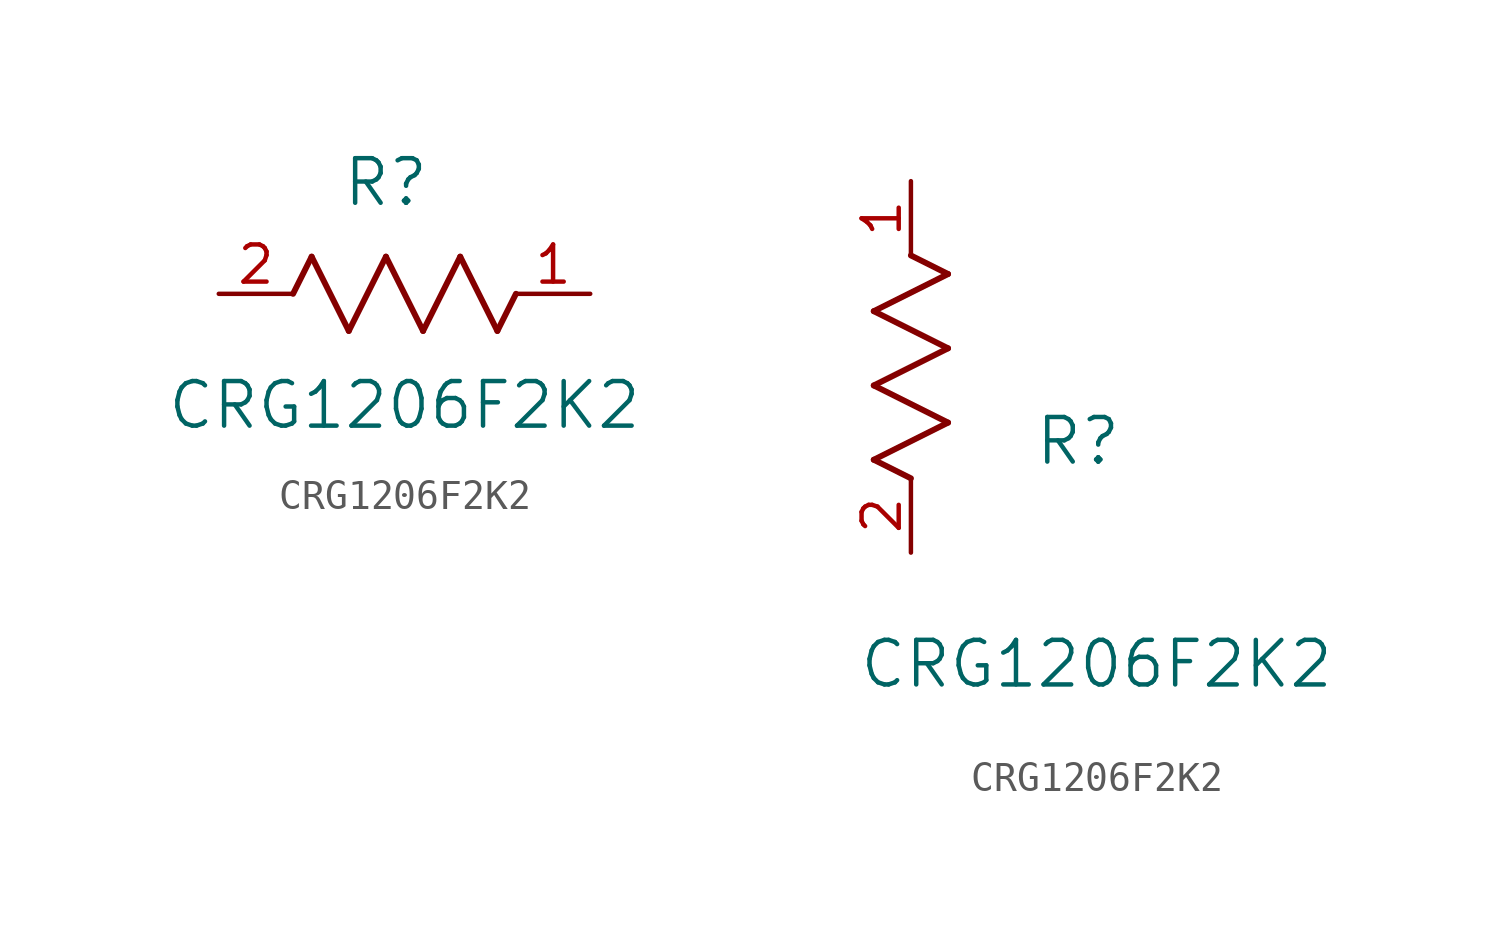
<source format=kicad_sym>
(kicad_symbol_lib
  (version 20211014)
  (generator kicad_symbol_editor)
  (symbol "CRG1206F2K2"
    (pin_names
      (offset 0.254))
    (property "Reference" "R"
      (at 5.715 3.81 0)
      (effects (font (size 1.524 1.524))))
    (property "Value" "CRG1206F2K2"
      (at 6.35 -3.81 0)
      (effects (font (size 1.524 1.524))))
    (symbol "CRG1206F2K2_1_1"
      (polyline (pts (xy 3.175 1.27) (xy 4.445 -1.27)) (stroke (width 0.203) (type default) (color 0 0 0 0)) (fill (type none)))
      (polyline (pts (xy 4.445 -1.27) (xy 5.715 1.27)) (stroke (width 0.203) (type default) (color 0 0 0 0)) (fill (type none)))
      (polyline (pts (xy 5.715 1.27) (xy 6.985 -1.27)) (stroke (width 0.203) (type default) (color 0 0 0 0)) (fill (type none)))
      (polyline (pts (xy 6.985 -1.27) (xy 8.255 1.27)) (stroke (width 0.203) (type default) (color 0 0 0 0)) (fill (type none)))
      (polyline (pts (xy 8.255 1.27) (xy 9.525 -1.27)) (stroke (width 0.203) (type default) (color 0 0 0 0)) (fill (type none)))
      (polyline (pts (xy 2.54 0) (xy 3.175 1.27)) (stroke (width 0.203) (type default) (color 0 0 0 0)) (fill (type none)))
      (polyline (pts (xy 9.525 -1.27) (xy 10.16 0)) (stroke (width 0.203) (type default) (color 0 0 0 0)) (fill (type none)))
      (pin unspecified line (at 0 0 0) (length 2.54) (name "" (effects (font (size 1.27 1.27)))) (number "2" (effects (font (size 1.27 1.27)))))
      (pin unspecified line (at 12.7 0 180) (length 2.54) (name "" (effects (font (size 1.27 1.27)))) (number "1" (effects (font (size 1.27 1.27))))))
    (symbol "CRG1206F2K2_1_2"
      (polyline (pts (xy 0 2.54) (xy -1.27 3.175)) (stroke (width 0.203) (type default) (color 0 0 0 0)) (fill (type none)))
      (polyline (pts (xy -1.27 3.175) (xy 1.27 4.445)) (stroke (width 0.203) (type default) (color 0 0 0 0)) (fill (type none)))
      (polyline (pts (xy 1.27 4.445) (xy -1.27 5.715)) (stroke (width 0.203) (type default) (color 0 0 0 0)) (fill (type none)))
      (polyline (pts (xy -1.27 5.715) (xy 1.27 6.985)) (stroke (width 0.203) (type default) (color 0 0 0 0)) (fill (type none)))
      (polyline (pts (xy -1.27 8.255) (xy 1.27 9.525)) (stroke (width 0.203) (type default) (color 0 0 0 0)) (fill (type none)))
      (polyline (pts (xy 1.27 9.525) (xy 0 10.16)) (stroke (width 0.203) (type default) (color 0 0 0 0)) (fill (type none)))
      (polyline (pts (xy 1.27 6.985) (xy -1.27 8.255)) (stroke (width 0.203) (type default) (color 0 0 0 0)) (fill (type none)))
      (pin unspecified line (at 0 0 90) (length 2.54) (name "" (effects (font (size 1.27 1.27)))) (number "2" (effects (font (size 1.27 1.27)))))
      (pin unspecified line (at 0 12.7 270) (length 2.54) (name "" (effects (font (size 1.27 1.27)))) (number "1" (effects (font (size 1.27 1.27))))))))
</source>
